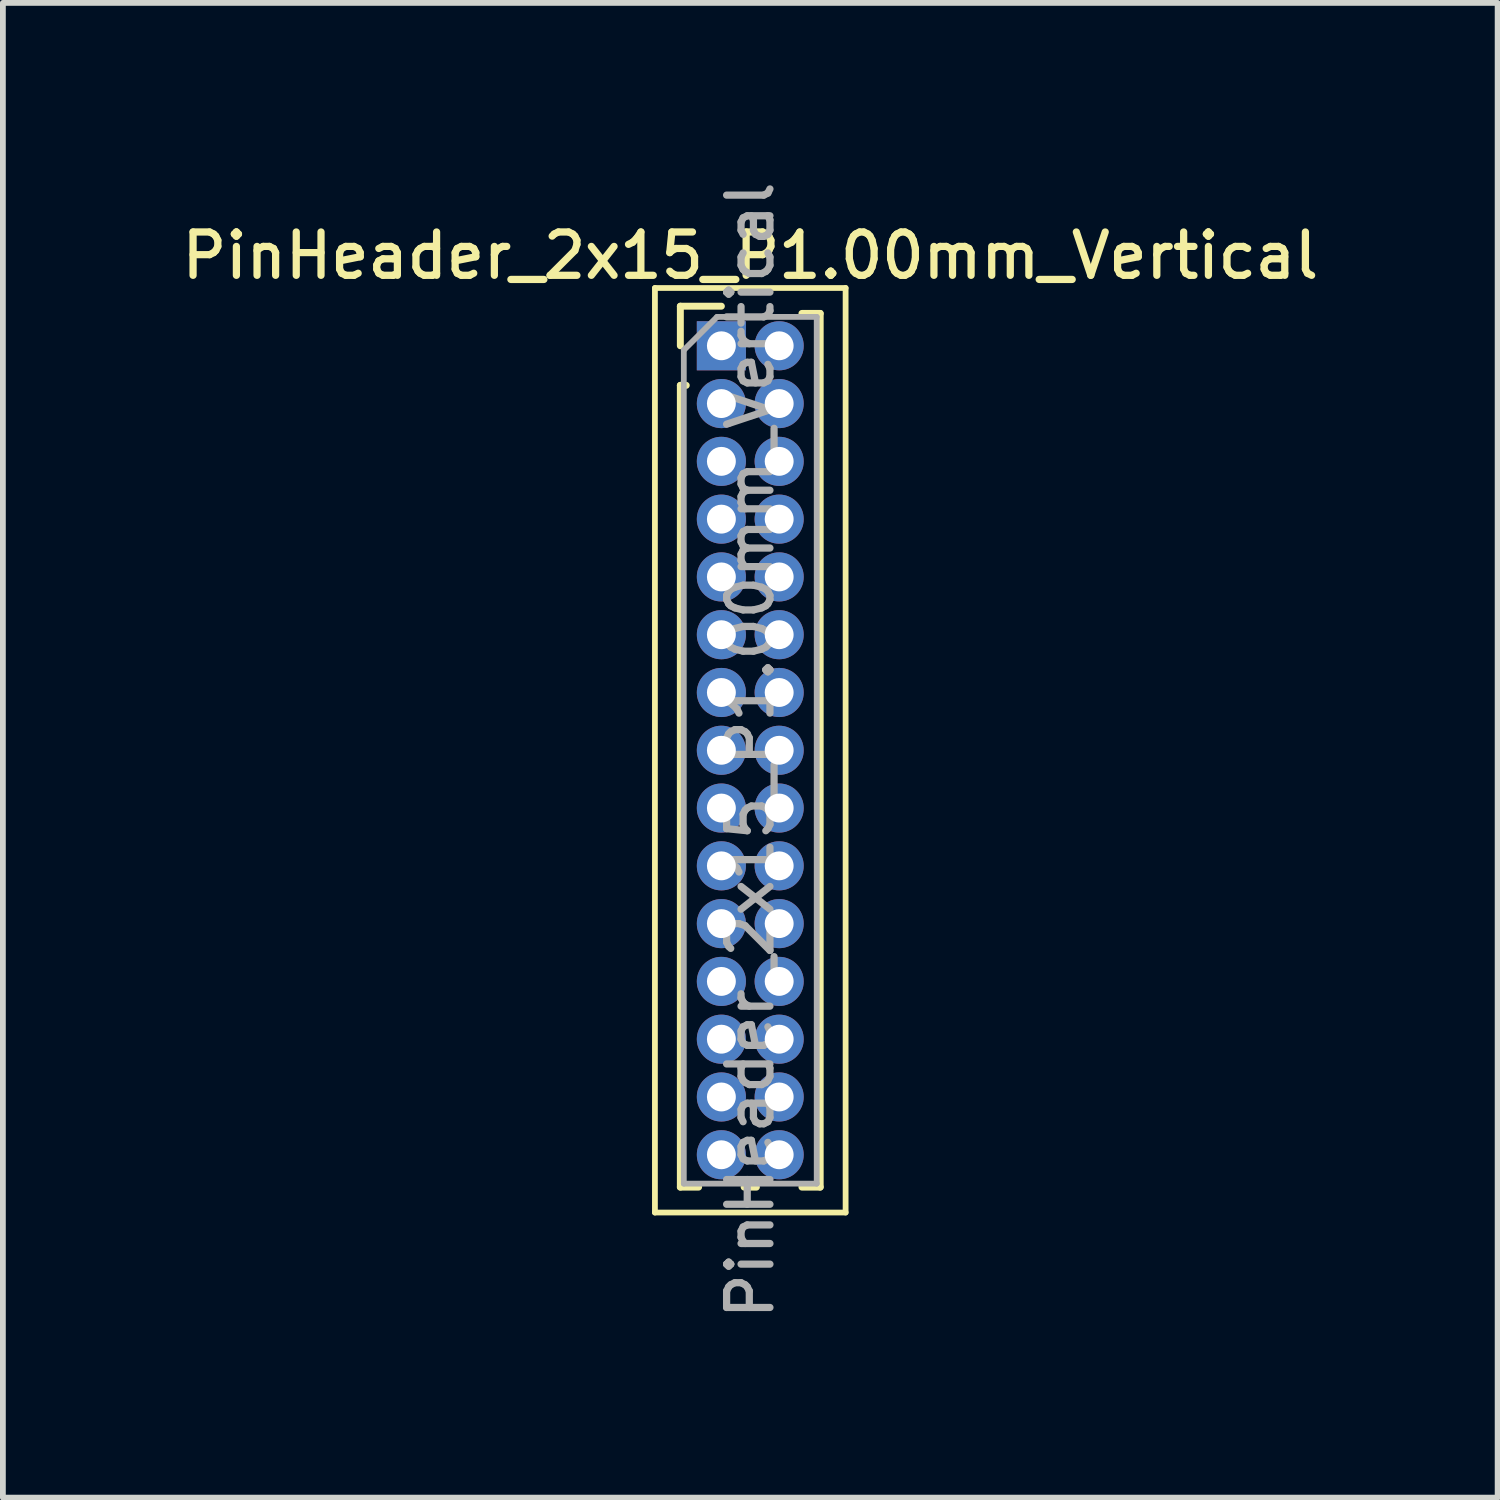
<source format=kicad_pcb>
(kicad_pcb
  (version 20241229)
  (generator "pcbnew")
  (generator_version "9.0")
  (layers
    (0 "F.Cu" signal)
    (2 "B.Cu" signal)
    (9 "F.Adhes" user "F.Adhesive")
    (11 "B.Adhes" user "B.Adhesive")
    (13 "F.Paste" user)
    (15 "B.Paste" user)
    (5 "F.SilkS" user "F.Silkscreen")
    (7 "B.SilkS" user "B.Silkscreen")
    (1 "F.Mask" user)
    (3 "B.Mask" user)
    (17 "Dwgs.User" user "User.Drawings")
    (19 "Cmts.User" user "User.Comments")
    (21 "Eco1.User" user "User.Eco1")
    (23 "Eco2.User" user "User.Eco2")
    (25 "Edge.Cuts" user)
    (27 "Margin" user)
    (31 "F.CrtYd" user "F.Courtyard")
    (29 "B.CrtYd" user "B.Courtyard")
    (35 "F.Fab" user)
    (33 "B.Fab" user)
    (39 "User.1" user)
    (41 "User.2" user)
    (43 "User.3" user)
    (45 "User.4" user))
  (footprint "PinHeader_2x15_P1.00mm_Vertical"
    (layer "F.Cu")
    (at 9.434 2.934)
    (property "Reference" "PinHeader_2x15_P1.00mm_Vertical" (at 0.5 -1.56 0) (layer "F.SilkS") (effects (font (size 0.75 0.75) (thickness 0.125))))
    (attr through_hole)
    (fp_line (start -1.15 -1) (end -1.15 15) (stroke (width 0.1) (type solid)) (layer "F.SilkS"))
    (fp_line (start -1.15 15) (end 2.15 15) (stroke (width 0.1) (type solid)) (layer "F.SilkS"))
    (fp_line (start -0.71 -0.685) (end 0 -0.685) (stroke (width 0.12) (type solid)) (layer "F.SilkS"))
    (fp_line (start -0.71 0) (end -0.71 -0.685) (stroke (width 0.12) (type solid)) (layer "F.SilkS"))
    (fp_line (start -0.71 0.685) (end -0.71 14.56) (stroke (width 0.12) (type solid)) (layer "F.SilkS"))
    (fp_line (start -0.71 0.685) (end -0.608 0.685) (stroke (width 0.12) (type solid)) (layer "F.SilkS"))
    (fp_line (start -0.71 14.56) (end -0.394 14.56) (stroke (width 0.12) (type solid)) (layer "F.SilkS"))
    (fp_line (start 0.394 14.56) (end 0.606 14.56) (stroke (width 0.12) (type solid)) (layer "F.SilkS"))
    (fp_line (start 1.394 -0.56) (end 1.71 -0.56) (stroke (width 0.12) (type solid)) (layer "F.SilkS"))
    (fp_line (start 1.394 14.56) (end 1.71 14.56) (stroke (width 0.12) (type solid)) (layer "F.SilkS"))
    (fp_line (start 1.71 -0.56) (end 1.71 14.56) (stroke (width 0.12) (type solid)) (layer "F.SilkS"))
    (fp_line (start 2.15 -1) (end -1.15 -1) (stroke (width 0.1) (type solid)) (layer "F.SilkS"))
    (fp_line (start 2.15 15) (end 2.15 -1) (stroke (width 0.1) (type solid)) (layer "F.SilkS"))
    (fp_line (start -0.65 0.075) (end -0.075 -0.5) (stroke (width 0.1) (type solid)) (layer "F.Fab"))
    (fp_line (start -0.65 14.5) (end -0.65 0.075) (stroke (width 0.1) (type solid)) (layer "F.Fab"))
    (fp_line (start -0.075 -0.5) (end 1.65 -0.5) (stroke (width 0.1) (type solid)) (layer "F.Fab"))
    (fp_line (start 1.65 -0.5) (end 1.65 14.5) (stroke (width 0.1) (type solid)) (layer "F.Fab"))
    (fp_line (start 1.65 14.5) (end -0.65 14.5) (stroke (width 0.1) (type solid)) (layer "F.Fab"))
    (fp_text user "${REFERENCE}" (at 0.5 7 90) (layer "F.Fab") (effects (font (size 0.75 0.75) (thickness 0.125))))
    (pad "1" thru_hole rect (at 0 0) (size 0.85 0.85) (drill 0.5) (layers "*.Cu" "*.Mask"))
    (pad "2" thru_hole oval (at 1 0) (size 0.85 0.85) (drill 0.5) (layers "*.Cu" "*.Mask"))
    (pad "3" thru_hole oval (at 0 1) (size 0.85 0.85) (drill 0.5) (layers "*.Cu" "*.Mask"))
    (pad "4" thru_hole oval (at 1 1) (size 0.85 0.85) (drill 0.5) (layers "*.Cu" "*.Mask"))
    (pad "5" thru_hole oval (at 0 2) (size 0.85 0.85) (drill 0.5) (layers "*.Cu" "*.Mask"))
    (pad "6" thru_hole oval (at 1 2) (size 0.85 0.85) (drill 0.5) (layers "*.Cu" "*.Mask"))
    (pad "7" thru_hole oval (at 0 3) (size 0.85 0.85) (drill 0.5) (layers "*.Cu" "*.Mask"))
    (pad "8" thru_hole oval (at 1 3) (size 0.85 0.85) (drill 0.5) (layers "*.Cu" "*.Mask"))
    (pad "9" thru_hole oval (at 0 4) (size 0.85 0.85) (drill 0.5) (layers "*.Cu" "*.Mask"))
    (pad "10" thru_hole oval (at 1 4) (size 0.85 0.85) (drill 0.5) (layers "*.Cu" "*.Mask"))
    (pad "11" thru_hole oval (at 0 5) (size 0.85 0.85) (drill 0.5) (layers "*.Cu" "*.Mask"))
    (pad "12" thru_hole oval (at 1 5) (size 0.85 0.85) (drill 0.5) (layers "*.Cu" "*.Mask"))
    (pad "13" thru_hole oval (at 0 6) (size 0.85 0.85) (drill 0.5) (layers "*.Cu" "*.Mask"))
    (pad "14" thru_hole oval (at 1 6) (size 0.85 0.85) (drill 0.5) (layers "*.Cu" "*.Mask"))
    (pad "15" thru_hole oval (at 0 7) (size 0.85 0.85) (drill 0.5) (layers "*.Cu" "*.Mask"))
    (pad "16" thru_hole oval (at 1 7) (size 0.85 0.85) (drill 0.5) (layers "*.Cu" "*.Mask"))
    (pad "17" thru_hole oval (at 0 8) (size 0.85 0.85) (drill 0.5) (layers "*.Cu" "*.Mask"))
    (pad "18" thru_hole oval (at 1 8) (size 0.85 0.85) (drill 0.5) (layers "*.Cu" "*.Mask"))
    (pad "19" thru_hole oval (at 0 9) (size 0.85 0.85) (drill 0.5) (layers "*.Cu" "*.Mask"))
    (pad "20" thru_hole oval (at 1 9) (size 0.85 0.85) (drill 0.5) (layers "*.Cu" "*.Mask"))
    (pad "21" thru_hole oval (at 0 10) (size 0.85 0.85) (drill 0.5) (layers "*.Cu" "*.Mask"))
    (pad "22" thru_hole oval (at 1 10) (size 0.85 0.85) (drill 0.5) (layers "*.Cu" "*.Mask"))
    (pad "23" thru_hole oval (at 0 11) (size 0.85 0.85) (drill 0.5) (layers "*.Cu" "*.Mask"))
    (pad "24" thru_hole oval (at 1 11) (size 0.85 0.85) (drill 0.5) (layers "*.Cu" "*.Mask"))
    (pad "25" thru_hole oval (at 0 12) (size 0.85 0.85) (drill 0.5) (layers "*.Cu" "*.Mask"))
    (pad "26" thru_hole oval (at 1 12) (size 0.85 0.85) (drill 0.5) (layers "*.Cu" "*.Mask"))
    (pad "27" thru_hole oval (at 0 13) (size 0.85 0.85) (drill 0.5) (layers "*.Cu" "*.Mask"))
    (pad "28" thru_hole oval (at 1 13) (size 0.85 0.85) (drill 0.5) (layers "*.Cu" "*.Mask"))
    (pad "29" thru_hole oval (at 0 14) (size 0.85 0.85) (drill 0.5) (layers "*.Cu" "*.Mask"))
    (pad "30" thru_hole oval (at 1 14) (size 0.85 0.85) (drill 0.5) (layers "*.Cu" "*.Mask")))
  (gr_rect
    (start -3 -3)
    (end 22.868 22.868)
    (stroke (width 0.1) (type default))
    (fill no)
    (layer "Edge.Cuts")))
</source>
